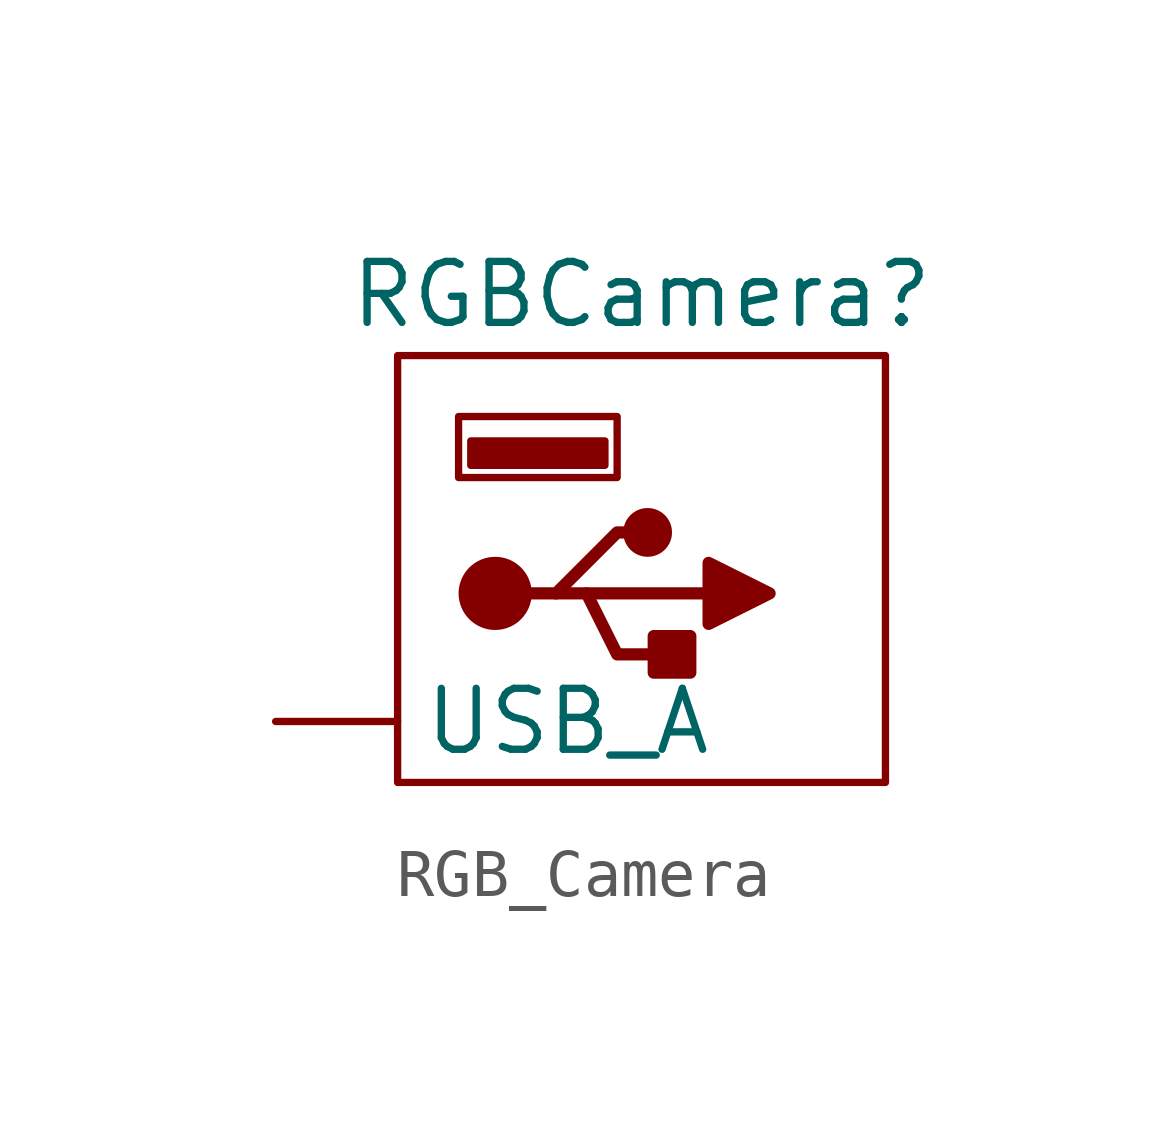
<source format=kicad_sym>
(kicad_symbol_lib
  (version 20241209)
  (generator "kicad_symbol_editor")
  (generator_version "9.0")
  (symbol "RGB_Camera"
    (property "Reference" "RGBCamera"
      (at 0 0 0)
      (effects (font (size 1.27 1.27))))
    (property "Value" ""
      (at 0 0 0)
      (effects (font (size 1.27 1.27))))
    (symbol "RGB_Camera_0_1"
      (rectangle (start -5.08 -1.27) (end 5.08 -10.16) (stroke (width 0) (type default)) (fill (type none)))
      (rectangle (start -3.81 -2.54) (end -0.508 -3.81) (stroke (width 0) (type default)) (fill (type none)))
      (rectangle (start -3.556 -3.048) (end -0.762 -3.556) (stroke (width 0) (type default)) (fill (type outline)))
      (circle (center -3.048 -6.223) (radius 0.635) (stroke (width 0.254) (type default)) (fill (type outline)))
      (polyline (pts (xy -2.413 -6.223) (xy -1.778 -6.223) (xy -0.508 -4.953) (xy 0.127 -4.953)) (stroke (width 0.254) (type default)) (fill (type none)))
      (polyline (pts (xy -1.778 -6.223) (xy -1.143 -6.223) (xy -0.508 -7.493) (xy 0.762 -7.493)) (stroke (width 0.254) (type default)) (fill (type none)))
      (circle (center 0.127 -4.953) (radius 0.381) (stroke (width 0.254) (type default)) (fill (type outline)))
      (rectangle (start 1.016 -7.112) (end 0.254 -7.874) (stroke (width 0.254) (type default)) (fill (type outline)))
      (polyline (pts (xy 1.397 -5.588) (xy 1.397 -6.858) (xy 2.667 -6.223) (xy 1.397 -5.588)) (stroke (width 0.254) (type default)) (fill (type outline))))
    (symbol "RGB_Camera_1_1"
      (polyline (pts (xy -1.143 -6.223) (xy 1.397 -6.223)) (stroke (width 0.254) (type default)) (fill (type none)))
      (pin input line (at -7.62 -8.89 0) (length 2.54) (name "USB_A" (effects (font (size 1.27 1.27)))) (number "" (effects (font (size 1.27 1.27))))))))
</source>
